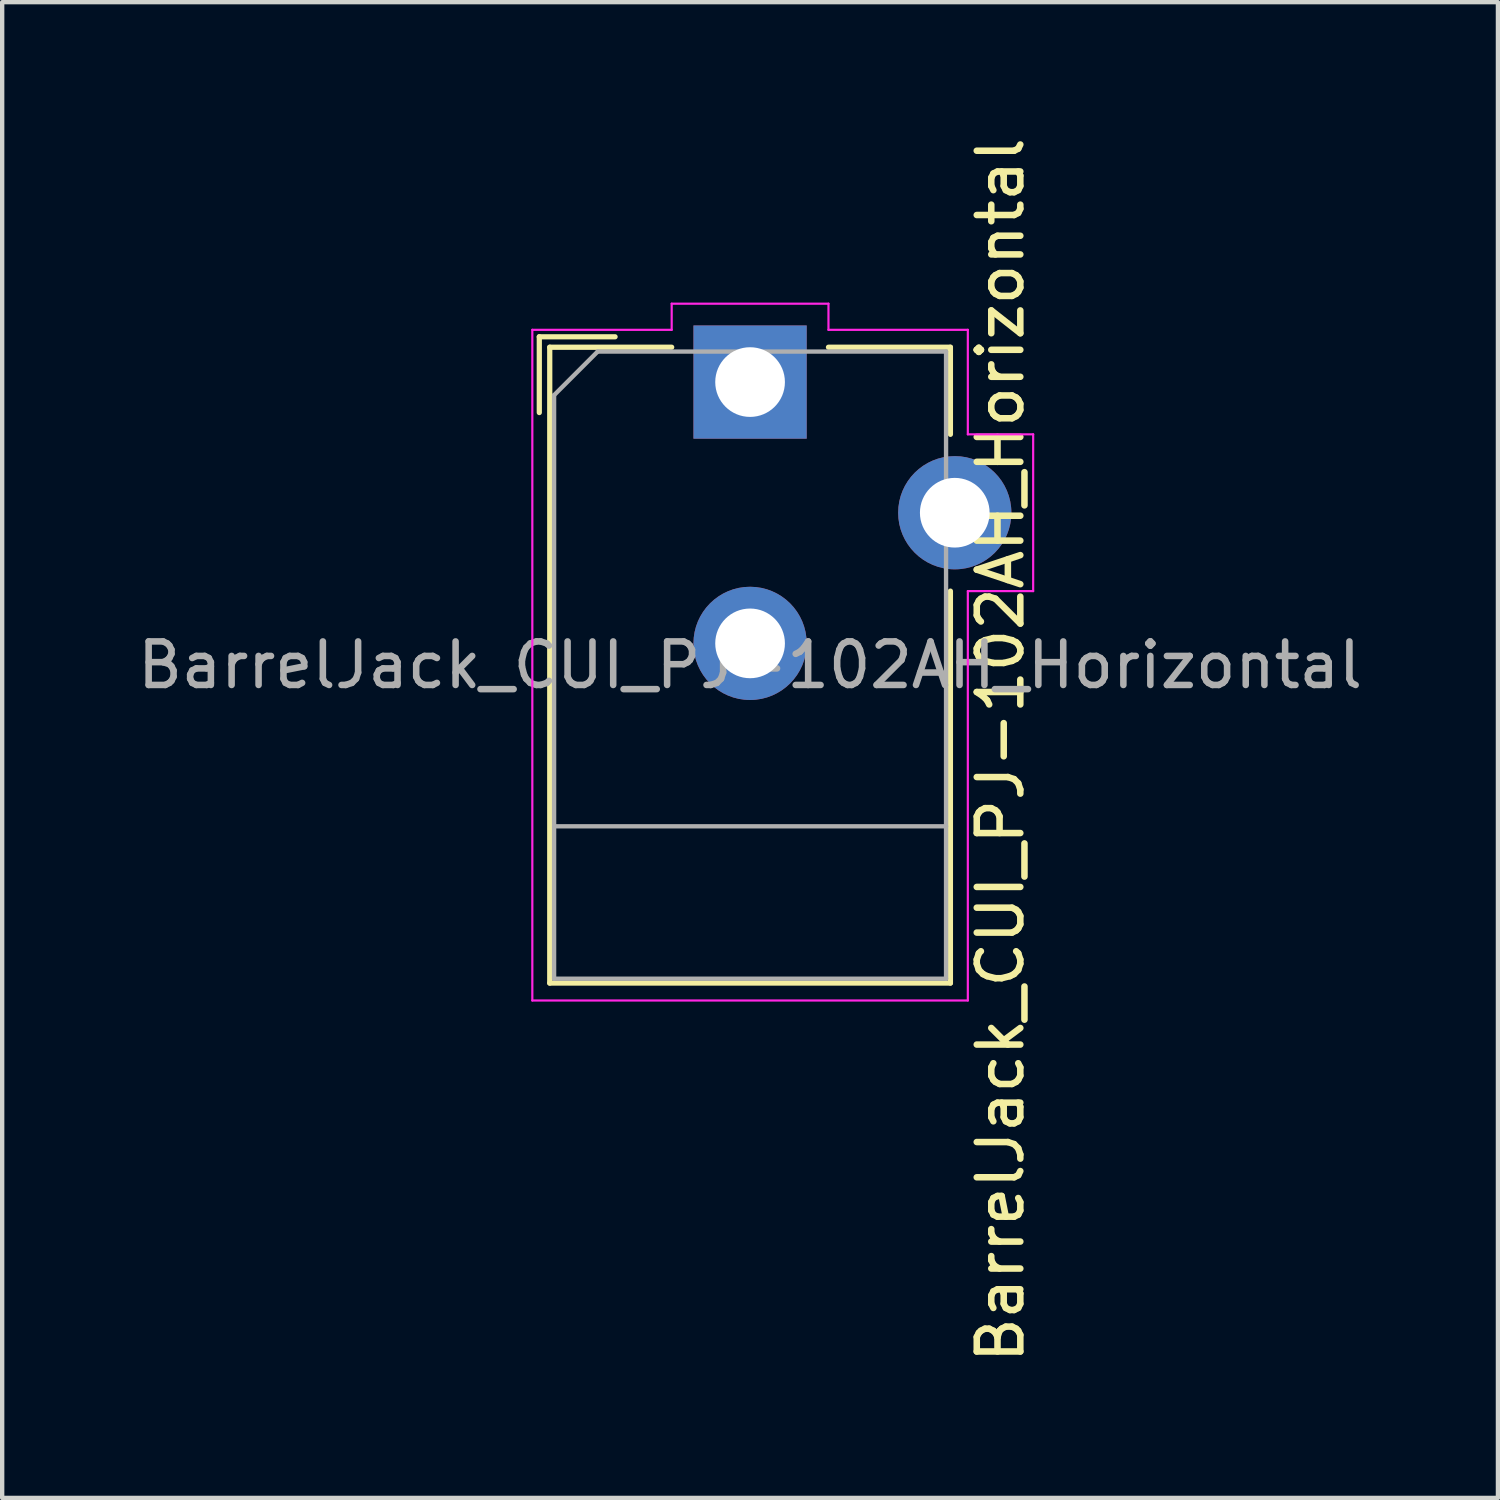
<source format=kicad_pcb>
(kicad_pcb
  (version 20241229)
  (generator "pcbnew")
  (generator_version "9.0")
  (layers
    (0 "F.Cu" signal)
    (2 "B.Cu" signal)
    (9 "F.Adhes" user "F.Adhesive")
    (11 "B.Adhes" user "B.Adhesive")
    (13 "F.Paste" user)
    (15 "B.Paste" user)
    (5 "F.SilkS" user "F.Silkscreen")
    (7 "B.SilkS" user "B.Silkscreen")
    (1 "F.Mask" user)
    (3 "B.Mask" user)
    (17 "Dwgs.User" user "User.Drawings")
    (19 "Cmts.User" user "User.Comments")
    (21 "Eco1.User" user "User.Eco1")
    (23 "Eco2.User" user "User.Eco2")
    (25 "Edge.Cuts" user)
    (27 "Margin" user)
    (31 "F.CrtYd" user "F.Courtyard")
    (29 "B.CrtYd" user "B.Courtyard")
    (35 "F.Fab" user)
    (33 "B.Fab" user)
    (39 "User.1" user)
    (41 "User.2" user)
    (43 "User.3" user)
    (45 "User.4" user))
  (footprint "BarrelJack_CUI_PJ-102AH_Horizontal"
    (layer "F.Cu")
    (at 14.173 5.723)
    (property "Reference" "BarrelJack_CUI_PJ-102AH_Horizontal" (at 5.75 8.45 90) (layer "F.SilkS") (effects (font (size 1 1) (thickness 0.15))))
    (attr through_hole)
    (fp_line (start -4.84 -1.04) (end -3.1 -1.04) (stroke (width 0.12) (type solid)) (layer "F.SilkS"))
    (fp_line (start -4.84 0.7) (end -4.84 -1.04) (stroke (width 0.12) (type solid)) (layer "F.SilkS"))
    (fp_line (start -4.6 -0.8) (end -1.8 -0.8) (stroke (width 0.12) (type solid)) (layer "F.SilkS"))
    (fp_line (start -4.6 13.8) (end -4.6 -0.8) (stroke (width 0.12) (type solid)) (layer "F.SilkS"))
    (fp_line (start 1.8 -0.8) (end 4.6 -0.8) (stroke (width 0.12) (type solid)) (layer "F.SilkS"))
    (fp_line (start 4.6 -0.8) (end 4.6 1.2) (stroke (width 0.12) (type solid)) (layer "F.SilkS"))
    (fp_line (start 4.6 4.8) (end 4.6 13.8) (stroke (width 0.12) (type solid)) (layer "F.SilkS"))
    (fp_line (start 4.6 13.8) (end -4.6 13.8) (stroke (width 0.12) (type solid)) (layer "F.SilkS"))
    (fp_line (start -5 -1.2) (end -1.8 -1.2) (stroke (width 0.05) (type solid)) (layer "F.CrtYd"))
    (fp_line (start -5 14.2) (end -5 -1.2) (stroke (width 0.05) (type solid)) (layer "F.CrtYd"))
    (fp_line (start -1.8 -1.8) (end 1.8 -1.8) (stroke (width 0.05) (type solid)) (layer "F.CrtYd"))
    (fp_line (start -1.8 -1.2) (end -1.8 -1.8) (stroke (width 0.05) (type solid)) (layer "F.CrtYd"))
    (fp_line (start 1.8 -1.8) (end 1.8 -1.2) (stroke (width 0.05) (type solid)) (layer "F.CrtYd"))
    (fp_line (start 1.8 -1.2) (end 5 -1.2) (stroke (width 0.05) (type solid)) (layer "F.CrtYd"))
    (fp_line (start 5 -1.2) (end 5 1.2) (stroke (width 0.05) (type solid)) (layer "F.CrtYd"))
    (fp_line (start 5 1.2) (end 6.5 1.2) (stroke (width 0.05) (type solid)) (layer "F.CrtYd"))
    (fp_line (start 5 4.8) (end 5 14.2) (stroke (width 0.05) (type solid)) (layer "F.CrtYd"))
    (fp_line (start 5 14.2) (end -5 14.2) (stroke (width 0.05) (type solid)) (layer "F.CrtYd"))
    (fp_line (start 6.5 1.2) (end 6.5 4.8) (stroke (width 0.05) (type solid)) (layer "F.CrtYd"))
    (fp_line (start 6.5 4.8) (end 5 4.8) (stroke (width 0.05) (type solid)) (layer "F.CrtYd"))
    (fp_line (start -4.5 0.3) (end -3.5 -0.7) (stroke (width 0.1) (type solid)) (layer "F.Fab"))
    (fp_line (start -4.5 10.2) (end 4.5 10.2) (stroke (width 0.1) (type solid)) (layer "F.Fab"))
    (fp_line (start -4.5 13.7) (end -4.5 0.3) (stroke (width 0.1) (type solid)) (layer "F.Fab"))
    (fp_line (start -3.5 -0.7) (end 4.5 -0.7) (stroke (width 0.1) (type solid)) (layer "F.Fab"))
    (fp_line (start 4.5 -0.7) (end 4.5 13.7) (stroke (width 0.1) (type solid)) (layer "F.Fab"))
    (fp_line (start 4.5 13.7) (end -4.5 13.7) (stroke (width 0.1) (type solid)) (layer "F.Fab"))
    (fp_text user "${REFERENCE}" (at 0 6.5 0) (layer "F.Fab") (effects (font (size 1 1) (thickness 0.15))))
    (pad "1" thru_hole rect (at 0 0) (size 2.6 2.6) (drill 1.6) (layers "*.Cu" "*.Mask"))
    (pad "2" thru_hole circle (at 0 6) (size 2.6 2.6) (drill 1.6) (layers "*.Cu" "*.Mask"))
    (pad "3" thru_hole circle (at 4.7 3) (size 2.6 2.6) (drill 1.6) (layers "*.Cu" "*.Mask")))
  (gr_rect
    (start -3 -3)
    (end 31.345 31.345)
    (stroke (width 0.1) (type default))
    (fill no)
    (layer "Edge.Cuts")))
</source>
